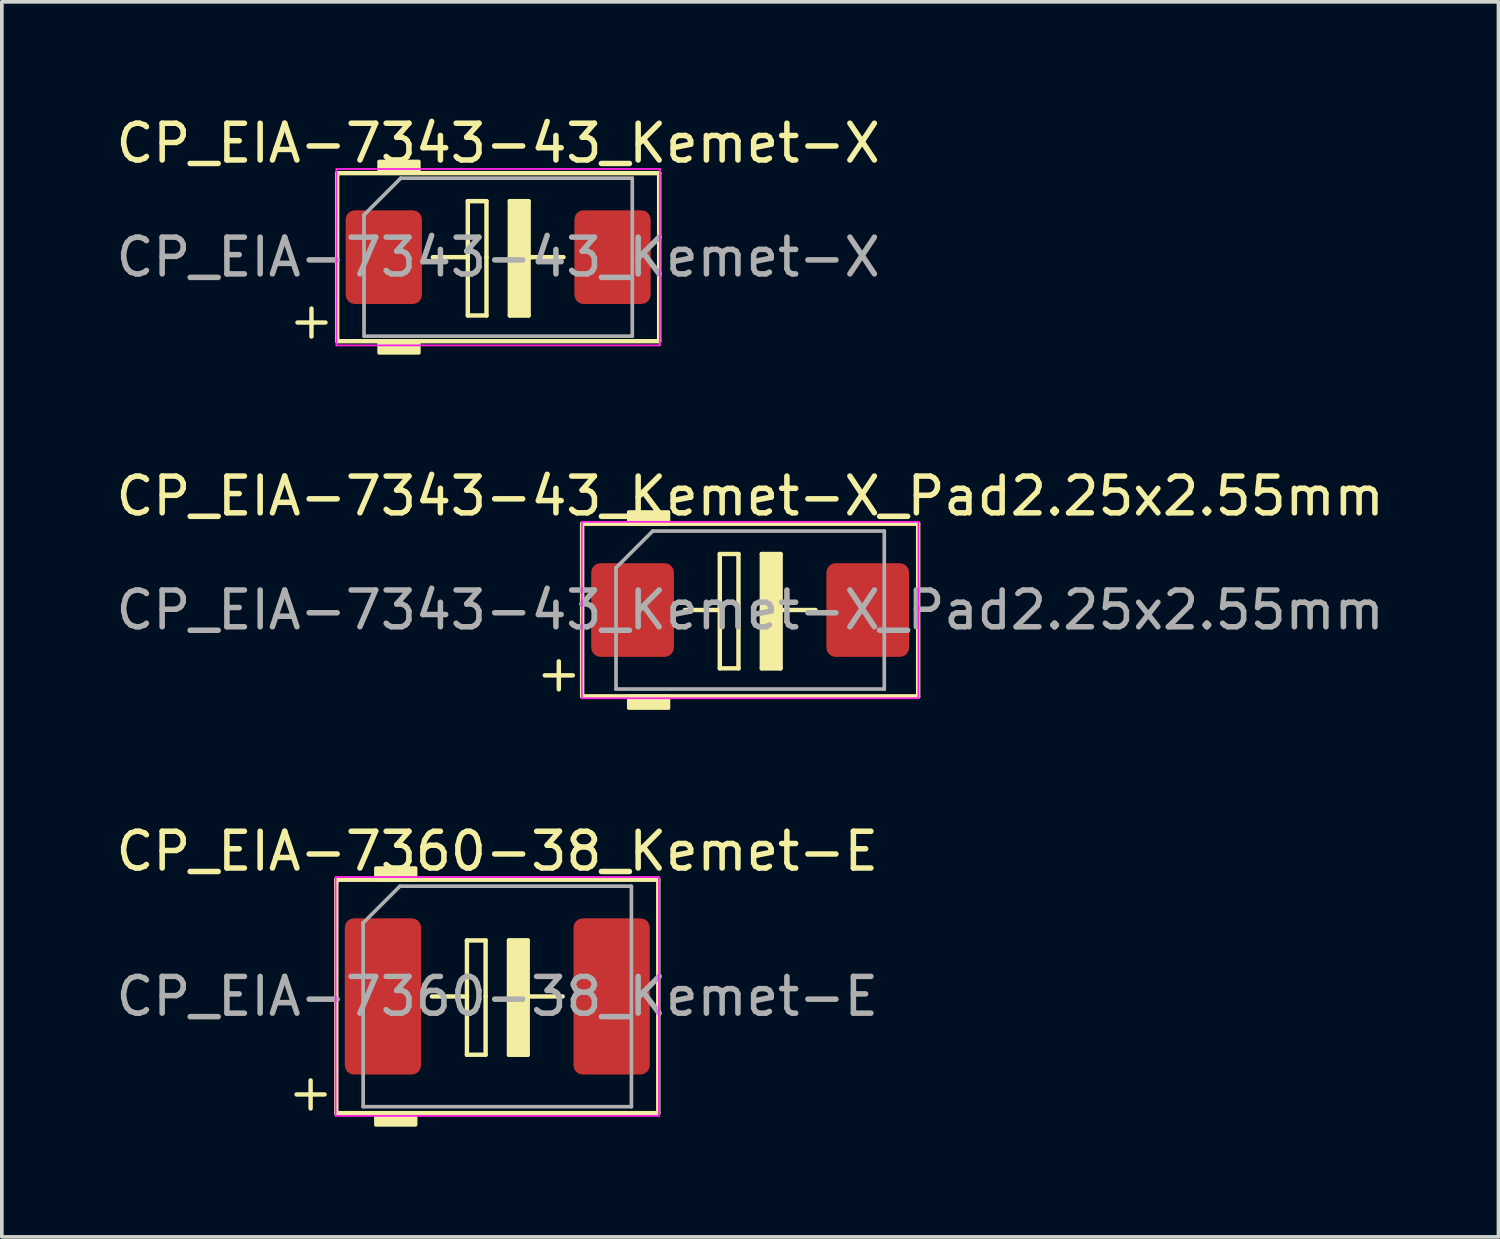
<source format=kicad_pcb>
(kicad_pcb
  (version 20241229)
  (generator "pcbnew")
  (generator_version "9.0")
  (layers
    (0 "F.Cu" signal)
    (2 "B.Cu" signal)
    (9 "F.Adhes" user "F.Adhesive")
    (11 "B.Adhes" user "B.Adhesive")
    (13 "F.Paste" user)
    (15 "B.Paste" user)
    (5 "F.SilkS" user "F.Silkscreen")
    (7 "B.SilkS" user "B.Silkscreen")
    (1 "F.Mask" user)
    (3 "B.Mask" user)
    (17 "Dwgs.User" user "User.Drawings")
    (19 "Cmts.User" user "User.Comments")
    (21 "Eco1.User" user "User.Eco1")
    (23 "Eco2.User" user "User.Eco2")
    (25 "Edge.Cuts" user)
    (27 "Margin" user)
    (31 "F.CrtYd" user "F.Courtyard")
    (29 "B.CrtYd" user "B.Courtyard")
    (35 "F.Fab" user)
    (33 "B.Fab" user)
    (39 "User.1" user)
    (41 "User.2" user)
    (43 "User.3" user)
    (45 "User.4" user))
  (footprint "CP_EIA-7343-43_Kemet-X_Pad2.25x2.55mm"
    (layer "F.Cu")
    (at 17.363 13.55)
    (property "Reference" "CP_EIA-7343-43_Kemet-X_Pad2.25x2.55mm" (at 0 -3.1 0) (layer "F.SilkS") (effects (font (size 1 1) (thickness 0.15))))
    (attr smd)
    (fp_line (start -5.588 1.778) (end -4.826 1.778) (stroke (width 0.12) (type solid)) (layer "F.SilkS"))
    (fp_line (start -5.207 1.397) (end -5.207 2.159) (stroke (width 0.12) (type solid)) (layer "F.SilkS"))
    (fp_line (start -4.572 -2.349) (end -4.572 2.349) (stroke (width 0.12) (type solid)) (layer "F.SilkS"))
    (fp_line (start -4.572 2.349) (end 4.572 2.349) (stroke (width 0.12) (type solid)) (layer "F.SilkS"))
    (fp_line (start -1.778 0) (end -0.826 0) (stroke (width 0.12) (type solid)) (layer "F.SilkS"))
    (fp_line (start -0.826 -1.524) (end -0.826 0) (stroke (width 0.12) (type solid)) (layer "F.SilkS"))
    (fp_line (start -0.826 1.587) (end -0.826 0) (stroke (width 0.12) (type solid)) (layer "F.SilkS"))
    (fp_line (start -0.826 1.587) (end -0.318 1.587) (stroke (width 0.12) (type solid)) (layer "F.SilkS"))
    (fp_line (start -0.318 -1.524) (end -0.826 -1.524) (stroke (width 0.12) (type solid)) (layer "F.SilkS"))
    (fp_line (start -0.318 -1.524) (end -0.318 0) (stroke (width 0.12) (type solid)) (layer "F.SilkS"))
    (fp_line (start -0.318 1.587) (end -0.318 0) (stroke (width 0.12) (type solid)) (layer "F.SilkS"))
    (fp_line (start 0.318 -1.524) (end 0.318 0) (stroke (width 0.12) (type solid)) (layer "F.SilkS"))
    (fp_line (start 0.318 1.587) (end 0.318 0) (stroke (width 0.12) (type solid)) (layer "F.SilkS"))
    (fp_line (start 0.318 1.587) (end 0.826 1.587) (stroke (width 0.12) (type solid)) (layer "F.SilkS"))
    (fp_line (start 0.826 -1.524) (end 0.318 -1.524) (stroke (width 0.12) (type solid)) (layer "F.SilkS"))
    (fp_line (start 0.826 -1.524) (end 0.826 0) (stroke (width 0.12) (type solid)) (layer "F.SilkS"))
    (fp_line (start 0.826 0) (end 1.778 0) (stroke (width 0.12) (type solid)) (layer "F.SilkS"))
    (fp_line (start 0.826 1.587) (end 0.826 0) (stroke (width 0.12) (type solid)) (layer "F.SilkS"))
    (fp_line (start 4.572 -2.349) (end -4.572 -2.349) (stroke (width 0.12) (type solid)) (layer "F.SilkS"))
    (fp_line (start 4.572 2.349) (end 4.572 -2.349) (stroke (width 0.12) (type solid)) (layer "F.SilkS"))
    (fp_poly (pts (xy -2.223 -2.349) (xy -3.302 -2.349) (xy -3.302 -2.667) (xy -2.223 -2.667)) (stroke (width 0.1) (type solid)) (fill yes) (layer "F.SilkS"))
    (fp_poly (pts (xy -2.223 2.667) (xy -3.302 2.667) (xy -3.302 2.349) (xy -2.223 2.349)) (stroke (width 0.1) (type solid)) (fill yes) (layer "F.SilkS"))
    (fp_poly (pts (xy 0.826 1.587) (xy 0.318 1.587) (xy 0.318 -1.524) (xy 0.826 -1.524)) (stroke (width 0.1) (type solid)) (fill yes) (layer "F.SilkS"))
    (fp_line (start -4.58 -2.4) (end 4.58 -2.4) (stroke (width 0.05) (type solid)) (layer "F.CrtYd"))
    (fp_line (start -4.58 2.4) (end -4.58 -2.4) (stroke (width 0.05) (type solid)) (layer "F.CrtYd"))
    (fp_line (start 4.58 -2.4) (end 4.58 2.4) (stroke (width 0.05) (type solid)) (layer "F.CrtYd"))
    (fp_line (start 4.58 2.4) (end -4.58 2.4) (stroke (width 0.05) (type solid)) (layer "F.CrtYd"))
    (fp_line (start -3.65 -1.15) (end -3.65 2.15) (stroke (width 0.1) (type solid)) (layer "F.Fab"))
    (fp_line (start -3.65 2.15) (end 3.65 2.15) (stroke (width 0.1) (type solid)) (layer "F.Fab"))
    (fp_line (start -2.65 -2.15) (end -3.65 -1.15) (stroke (width 0.1) (type solid)) (layer "F.Fab"))
    (fp_line (start 3.65 -2.15) (end -2.65 -2.15) (stroke (width 0.1) (type solid)) (layer "F.Fab"))
    (fp_line (start 3.65 2.15) (end 3.65 -2.15) (stroke (width 0.1) (type solid)) (layer "F.Fab"))
    (fp_text user "${REFERENCE}" (at 0 0 0) (layer "F.Fab") (effects (font (size 1 1) (thickness 0.15))))
    (pad "1" smd roundrect (at -3.2 0) (size 2.25 2.55) (layers "F.Cu" "F.Mask" "F.Paste") (roundrect_rratio 0.111))
    (pad "2" smd roundrect (at 3.2 0) (size 2.25 2.55) (layers "F.Cu" "F.Mask" "F.Paste") (roundrect_rratio 0.111)))
  (footprint "CP_EIA-7343-43_Kemet-X"
    (layer "F.Cu")
    (at 10.506 3.948)
    (property "Reference" "CP_EIA-7343-43_Kemet-X" (at 0 -3.1 0) (layer "F.SilkS") (effects (font (size 1 1) (thickness 0.15))))
    (attr smd)
    (fp_line (start -5.461 1.778) (end -4.699 1.778) (stroke (width 0.12) (type solid)) (layer "F.SilkS"))
    (fp_line (start -5.08 1.397) (end -5.08 2.159) (stroke (width 0.12) (type solid)) (layer "F.SilkS"))
    (fp_line (start -4.381 -2.286) (end -4.381 2.286) (stroke (width 0.12) (type solid)) (layer "F.SilkS"))
    (fp_line (start -4.381 2.286) (end 4.381 2.286) (stroke (width 0.12) (type solid)) (layer "F.SilkS"))
    (fp_line (start -1.778 0) (end -0.826 0) (stroke (width 0.12) (type solid)) (layer "F.SilkS"))
    (fp_line (start -0.826 -1.524) (end -0.826 0) (stroke (width 0.12) (type solid)) (layer "F.SilkS"))
    (fp_line (start -0.826 1.587) (end -0.826 0) (stroke (width 0.12) (type solid)) (layer "F.SilkS"))
    (fp_line (start -0.826 1.587) (end -0.318 1.587) (stroke (width 0.12) (type solid)) (layer "F.SilkS"))
    (fp_line (start -0.318 -1.524) (end -0.826 -1.524) (stroke (width 0.12) (type solid)) (layer "F.SilkS"))
    (fp_line (start -0.318 -1.524) (end -0.318 0) (stroke (width 0.12) (type solid)) (layer "F.SilkS"))
    (fp_line (start -0.318 1.587) (end -0.318 0) (stroke (width 0.12) (type solid)) (layer "F.SilkS"))
    (fp_line (start 0.318 -1.524) (end 0.318 0) (stroke (width 0.12) (type solid)) (layer "F.SilkS"))
    (fp_line (start 0.318 1.587) (end 0.318 0) (stroke (width 0.12) (type solid)) (layer "F.SilkS"))
    (fp_line (start 0.318 1.587) (end 0.826 1.587) (stroke (width 0.12) (type solid)) (layer "F.SilkS"))
    (fp_line (start 0.826 -1.524) (end 0.318 -1.524) (stroke (width 0.12) (type solid)) (layer "F.SilkS"))
    (fp_line (start 0.826 -1.524) (end 0.826 0) (stroke (width 0.12) (type solid)) (layer "F.SilkS"))
    (fp_line (start 0.826 0) (end 1.778 0) (stroke (width 0.12) (type solid)) (layer "F.SilkS"))
    (fp_line (start 0.826 1.587) (end 0.826 0) (stroke (width 0.12) (type solid)) (layer "F.SilkS"))
    (fp_line (start 4.381 -2.286) (end -4.381 -2.286) (stroke (width 0.12) (type solid)) (layer "F.SilkS"))
    (fp_line (start 4.381 2.286) (end 4.381 -2.286) (stroke (width 0.12) (type solid)) (layer "F.SilkS"))
    (fp_poly (pts (xy -2.159 -2.286) (xy -3.239 -2.286) (xy -3.239 -2.603) (xy -2.159 -2.603)) (stroke (width 0.1) (type solid)) (fill yes) (layer "F.SilkS"))
    (fp_poly (pts (xy -2.159 2.603) (xy -3.239 2.603) (xy -3.239 2.286) (xy -2.159 2.286)) (stroke (width 0.1) (type solid)) (fill yes) (layer "F.SilkS"))
    (fp_poly (pts (xy 0.826 1.587) (xy 0.318 1.587) (xy 0.318 -1.524) (xy 0.826 -1.524)) (stroke (width 0.1) (type solid)) (fill yes) (layer "F.SilkS"))
    (fp_line (start -4.4 -2.4) (end 4.4 -2.4) (stroke (width 0.05) (type solid)) (layer "F.CrtYd"))
    (fp_line (start -4.4 2.4) (end -4.4 -2.4) (stroke (width 0.05) (type solid)) (layer "F.CrtYd"))
    (fp_line (start 4.4 -2.4) (end 4.4 2.4) (stroke (width 0.05) (type solid)) (layer "F.CrtYd"))
    (fp_line (start 4.4 2.4) (end -4.4 2.4) (stroke (width 0.05) (type solid)) (layer "F.CrtYd"))
    (fp_line (start -3.65 -1.15) (end -3.65 2.15) (stroke (width 0.1) (type solid)) (layer "F.Fab"))
    (fp_line (start -3.65 2.15) (end 3.65 2.15) (stroke (width 0.1) (type solid)) (layer "F.Fab"))
    (fp_line (start -2.65 -2.15) (end -3.65 -1.15) (stroke (width 0.1) (type solid)) (layer "F.Fab"))
    (fp_line (start 3.65 -2.15) (end -2.65 -2.15) (stroke (width 0.1) (type solid)) (layer "F.Fab"))
    (fp_line (start 3.65 2.15) (end 3.65 -2.15) (stroke (width 0.1) (type solid)) (layer "F.Fab"))
    (fp_text user "${REFERENCE}" (at 0 0 0) (layer "F.Fab") (effects (font (size 1 1) (thickness 0.15))))
    (pad "1" smd roundrect (at -3.112 0) (size 2.075 2.55) (layers "F.Cu" "F.Mask" "F.Paste") (roundrect_rratio 0.12))
    (pad "2" smd roundrect (at 3.112 0) (size 2.075 2.55) (layers "F.Cu" "F.Mask" "F.Paste") (roundrect_rratio 0.12)))
  (footprint "CP_EIA-7360-38_Kemet-E"
    (layer "F.Cu")
    (at 10.482 24.065)
    (property "Reference" "CP_EIA-7360-38_Kemet-E" (at 0 -3.95 0) (layer "F.SilkS") (effects (font (size 1 1) (thickness 0.15))))
    (attr smd)
    (fp_line (start -5.461 2.667) (end -4.699 2.667) (stroke (width 0.12) (type solid)) (layer "F.SilkS"))
    (fp_line (start -5.08 2.286) (end -5.08 3.048) (stroke (width 0.12) (type solid)) (layer "F.SilkS"))
    (fp_line (start -4.381 -3.175) (end -4.381 -3.111) (stroke (width 0.12) (type solid)) (layer "F.SilkS"))
    (fp_line (start -4.381 -3.111) (end -4.381 3.175) (stroke (width 0.12) (type solid)) (layer "F.SilkS"))
    (fp_line (start -4.381 3.175) (end 4.381 3.175) (stroke (width 0.12) (type solid)) (layer "F.SilkS"))
    (fp_line (start -1.778 0) (end -0.826 0) (stroke (width 0.12) (type solid)) (layer "F.SilkS"))
    (fp_line (start -0.826 -1.524) (end -0.826 0) (stroke (width 0.12) (type solid)) (layer "F.SilkS"))
    (fp_line (start -0.826 1.587) (end -0.826 0) (stroke (width 0.12) (type solid)) (layer "F.SilkS"))
    (fp_line (start -0.826 1.587) (end -0.318 1.587) (stroke (width 0.12) (type solid)) (layer "F.SilkS"))
    (fp_line (start -0.318 -1.524) (end -0.826 -1.524) (stroke (width 0.12) (type solid)) (layer "F.SilkS"))
    (fp_line (start -0.318 -1.524) (end -0.318 0) (stroke (width 0.12) (type solid)) (layer "F.SilkS"))
    (fp_line (start -0.318 1.587) (end -0.318 0) (stroke (width 0.12) (type solid)) (layer "F.SilkS"))
    (fp_line (start 0.318 -1.524) (end 0.318 0) (stroke (width 0.12) (type solid)) (layer "F.SilkS"))
    (fp_line (start 0.318 1.587) (end 0.318 0) (stroke (width 0.12) (type solid)) (layer "F.SilkS"))
    (fp_line (start 0.318 1.587) (end 0.826 1.587) (stroke (width 0.12) (type solid)) (layer "F.SilkS"))
    (fp_line (start 0.826 -1.524) (end 0.318 -1.524) (stroke (width 0.12) (type solid)) (layer "F.SilkS"))
    (fp_line (start 0.826 -1.524) (end 0.826 0) (stroke (width 0.12) (type solid)) (layer "F.SilkS"))
    (fp_line (start 0.826 0) (end 1.778 0) (stroke (width 0.12) (type solid)) (layer "F.SilkS"))
    (fp_line (start 0.826 1.587) (end 0.826 0) (stroke (width 0.12) (type solid)) (layer "F.SilkS"))
    (fp_line (start 4.381 -3.175) (end -4.381 -3.175) (stroke (width 0.12) (type solid)) (layer "F.SilkS"))
    (fp_line (start 4.381 3.175) (end 4.381 -3.175) (stroke (width 0.12) (type solid)) (layer "F.SilkS"))
    (fp_poly (pts (xy -2.223 -3.175) (xy -3.302 -3.175) (xy -3.302 -3.493) (xy -2.223 -3.493)) (stroke (width 0.1) (type solid)) (fill yes) (layer "F.SilkS"))
    (fp_poly (pts (xy -2.223 3.493) (xy -3.302 3.493) (xy -3.302 3.175) (xy -2.223 3.175)) (stroke (width 0.1) (type solid)) (fill yes) (layer "F.SilkS"))
    (fp_poly (pts (xy 0.826 1.587) (xy 0.318 1.587) (xy 0.318 -1.524) (xy 0.826 -1.524)) (stroke (width 0.1) (type solid)) (fill yes) (layer "F.SilkS"))
    (fp_line (start -4.4 -3.25) (end 4.4 -3.25) (stroke (width 0.05) (type solid)) (layer "F.CrtYd"))
    (fp_line (start -4.4 3.25) (end -4.4 -3.25) (stroke (width 0.05) (type solid)) (layer "F.CrtYd"))
    (fp_line (start 4.4 -3.25) (end 4.4 3.25) (stroke (width 0.05) (type solid)) (layer "F.CrtYd"))
    (fp_line (start 4.4 3.25) (end -4.4 3.25) (stroke (width 0.05) (type solid)) (layer "F.CrtYd"))
    (fp_line (start -3.65 -2) (end -3.65 3) (stroke (width 0.1) (type solid)) (layer "F.Fab"))
    (fp_line (start -3.65 3) (end 3.65 3) (stroke (width 0.1) (type solid)) (layer "F.Fab"))
    (fp_line (start -2.65 -3) (end -3.65 -2) (stroke (width 0.1) (type solid)) (layer "F.Fab"))
    (fp_line (start 3.65 -3) (end -2.65 -3) (stroke (width 0.1) (type solid)) (layer "F.Fab"))
    (fp_line (start 3.65 3) (end 3.65 -3) (stroke (width 0.1) (type solid)) (layer "F.Fab"))
    (fp_text user "${REFERENCE}" (at 0 0 0) (layer "F.Fab") (effects (font (size 1 1) (thickness 0.15))))
    (pad "1" smd roundrect (at -3.112 0) (size 2.075 4.25) (layers "F.Cu" "F.Mask" "F.Paste") (roundrect_rratio 0.12))
    (pad "2" smd roundrect (at 3.112 0) (size 2.075 4.25) (layers "F.Cu" "F.Mask" "F.Paste") (roundrect_rratio 0.12)))
  (gr_rect
    (start -3 -3)
    (end 37.726 30.608)
    (stroke (width 0.1) (type default))
    (fill no)
    (layer "Edge.Cuts")))
</source>
